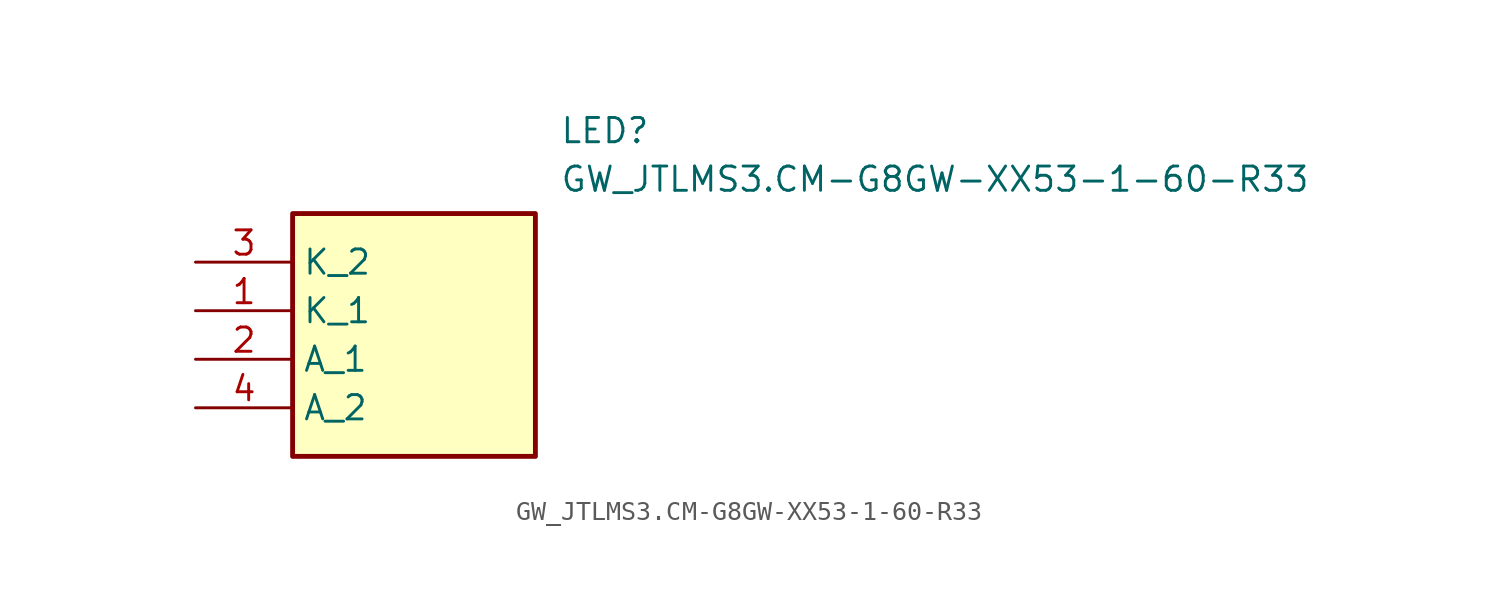
<source format=kicad_sym>
(kicad_symbol_lib
  (version 20211014)
  (generator SamacSys_ECAD_Model)
  (symbol "GW_JTLMS3.CM-G8GW-XX53-1-60-R33"
    (property "Reference" "LED"
      (at 19.05 7.62 0)
      (effects (font (size 1.27 1.27)) (justify left top)))
    (property "Value" "GW_JTLMS3.CM-G8GW-XX53-1-60-R33"
      (at 19.05 5.08 0)
      (effects (font (size 1.27 1.27)) (justify left top)))
    (rectangle
      (start 5.08 2.54)
      (end 17.78 -10.16)
      (stroke (width 0.254) (type default))
      (fill (type background)))
    (pin passive line
      (at 0 -2.54 0)
      (length 5.08)
      (name "K_1" (effects (font (size 1.27 1.27))))
      (number "1" (effects (font (size 1.27 1.27)))))
    (pin passive line
      (at 0 -5.08 0)
      (length 5.08)
      (name "A_1" (effects (font (size 1.27 1.27))))
      (number "2" (effects (font (size 1.27 1.27)))))
    (pin passive line
      (at 0 0 0)
      (length 5.08)
      (name "K_2" (effects (font (size 1.27 1.27))))
      (number "3" (effects (font (size 1.27 1.27)))))
    (pin passive line
      (at 0 -7.62 0)
      (length 5.08)
      (name "A_2" (effects (font (size 1.27 1.27))))
      (number "4" (effects (font (size 1.27 1.27)))))))
</source>
